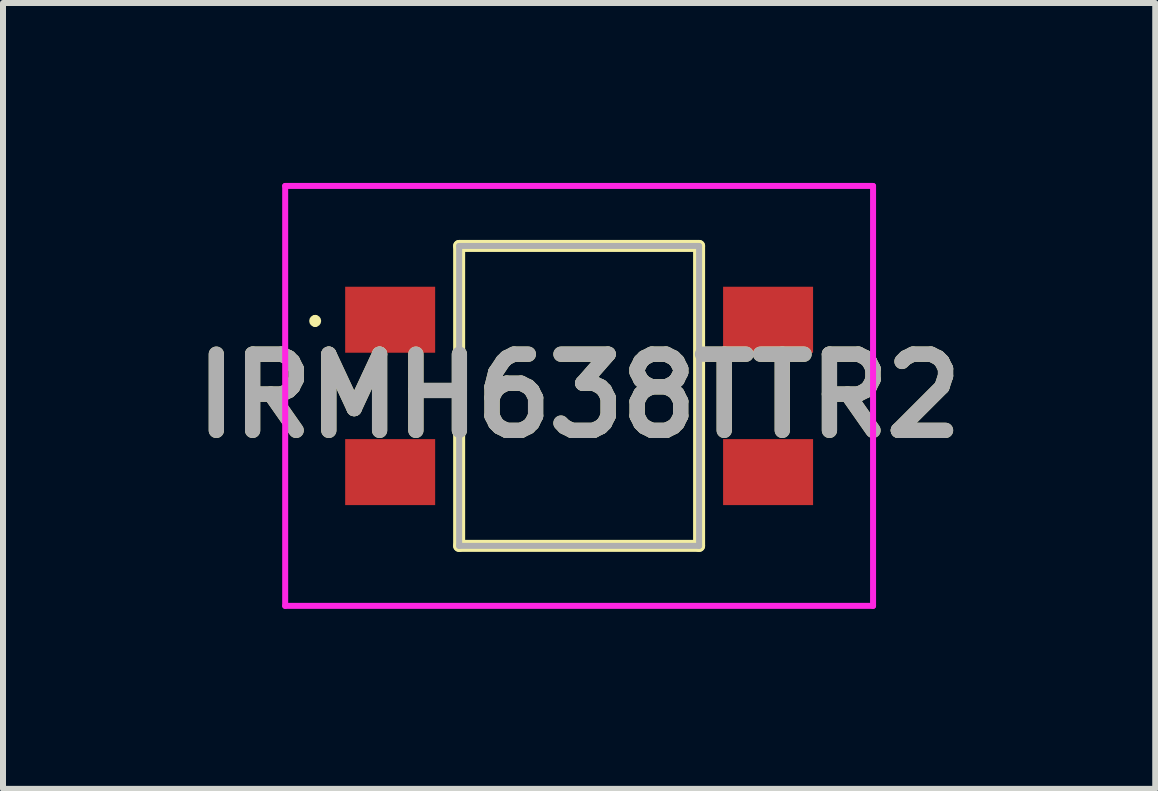
<source format=kicad_pcb>
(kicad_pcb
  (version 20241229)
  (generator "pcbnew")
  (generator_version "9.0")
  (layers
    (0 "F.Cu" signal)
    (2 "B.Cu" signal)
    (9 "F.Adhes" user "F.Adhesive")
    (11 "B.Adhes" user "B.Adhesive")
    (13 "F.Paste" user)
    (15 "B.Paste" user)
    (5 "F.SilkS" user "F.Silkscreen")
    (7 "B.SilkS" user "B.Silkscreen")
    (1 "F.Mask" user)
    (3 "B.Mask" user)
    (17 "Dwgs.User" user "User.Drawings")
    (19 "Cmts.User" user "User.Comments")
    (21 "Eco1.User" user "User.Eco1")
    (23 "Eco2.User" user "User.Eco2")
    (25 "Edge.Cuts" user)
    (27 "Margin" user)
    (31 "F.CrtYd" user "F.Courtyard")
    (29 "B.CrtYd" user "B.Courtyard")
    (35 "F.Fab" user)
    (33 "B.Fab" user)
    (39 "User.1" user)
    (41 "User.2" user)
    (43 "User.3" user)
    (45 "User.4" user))
  (footprint "IRMH638TTR2"
    (layer "F.Cu")
    (at 6.604 3.55)
    (property "Reference" "IRMH638TTR2" (at 0 0 0) (layer "F.SilkS") (effects (font (size 1.27 1.27) (thickness 0.254))))
    (attr smd)
    (fp_line (start -4.4 -1.3) (end -4.4 -1.3) (stroke (width 0.1) (type solid)) (layer "F.SilkS"))
    (fp_line (start -4.4 -1.2) (end -4.4 -1.2) (stroke (width 0.1) (type solid)) (layer "F.SilkS"))
    (fp_line (start -2 -2.5) (end 2 -2.5) (stroke (width 0.2) (type solid)) (layer "F.SilkS"))
    (fp_line (start -2 2.5) (end -2 -2.5) (stroke (width 0.2) (type solid)) (layer "F.SilkS"))
    (fp_line (start 2 -2.5) (end 2 2.5) (stroke (width 0.2) (type solid)) (layer "F.SilkS"))
    (fp_line (start 2 2.5) (end -2 2.5) (stroke (width 0.2) (type solid)) (layer "F.SilkS"))
    (fp_arc (start -4.4 -1.3) (mid -4.35 -1.25) (end -4.4 -1.2) (stroke (width 0.1) (type solid)) (layer "F.SilkS"))
    (fp_arc (start -4.4 -1.2) (mid -4.45 -1.25) (end -4.4 -1.3) (stroke (width 0.1) (type solid)) (layer "F.SilkS"))
    (fp_line (start -4.9 -3.5) (end 4.9 -3.5) (stroke (width 0.1) (type solid)) (layer "F.CrtYd"))
    (fp_line (start -4.9 3.5) (end -4.9 -3.5) (stroke (width 0.1) (type solid)) (layer "F.CrtYd"))
    (fp_line (start 4.9 -3.5) (end 4.9 3.5) (stroke (width 0.1) (type solid)) (layer "F.CrtYd"))
    (fp_line (start 4.9 3.5) (end -4.9 3.5) (stroke (width 0.1) (type solid)) (layer "F.CrtYd"))
    (fp_line (start -2 -2.5) (end 2 -2.5) (stroke (width 0.1) (type solid)) (layer "F.Fab"))
    (fp_line (start -2 2.5) (end -2 -2.5) (stroke (width 0.1) (type solid)) (layer "F.Fab"))
    (fp_line (start 2 -2.5) (end 2 2.5) (stroke (width 0.1) (type solid)) (layer "F.Fab"))
    (fp_line (start 2 2.5) (end -2 2.5) (stroke (width 0.1) (type solid)) (layer "F.Fab"))
    (fp_text user "${REFERENCE}" (at 0 0 0) (layer "F.Fab") (effects (font (size 1.27 1.27) (thickness 0.254))))
    (pad "1" smd rect (at -3.15 -1.27 90) (size 1.1 1.5) (layers "F.Cu" "F.Mask" "F.Paste"))
    (pad "2" smd rect (at -3.15 1.27 90) (size 1.1 1.5) (layers "F.Cu" "F.Mask" "F.Paste"))
    (pad "3" smd rect (at 3.15 1.27 90) (size 1.1 1.5) (layers "F.Cu" "F.Mask" "F.Paste"))
    (pad "4" smd rect (at 3.15 -1.27 90) (size 1.1 1.5) (layers "F.Cu" "F.Mask" "F.Paste")))
  (gr_rect
    (start -3 -3)
    (end 16.208 10.1)
    (stroke (width 0.1) (type default))
    (fill no)
    (layer "Edge.Cuts")))
</source>
